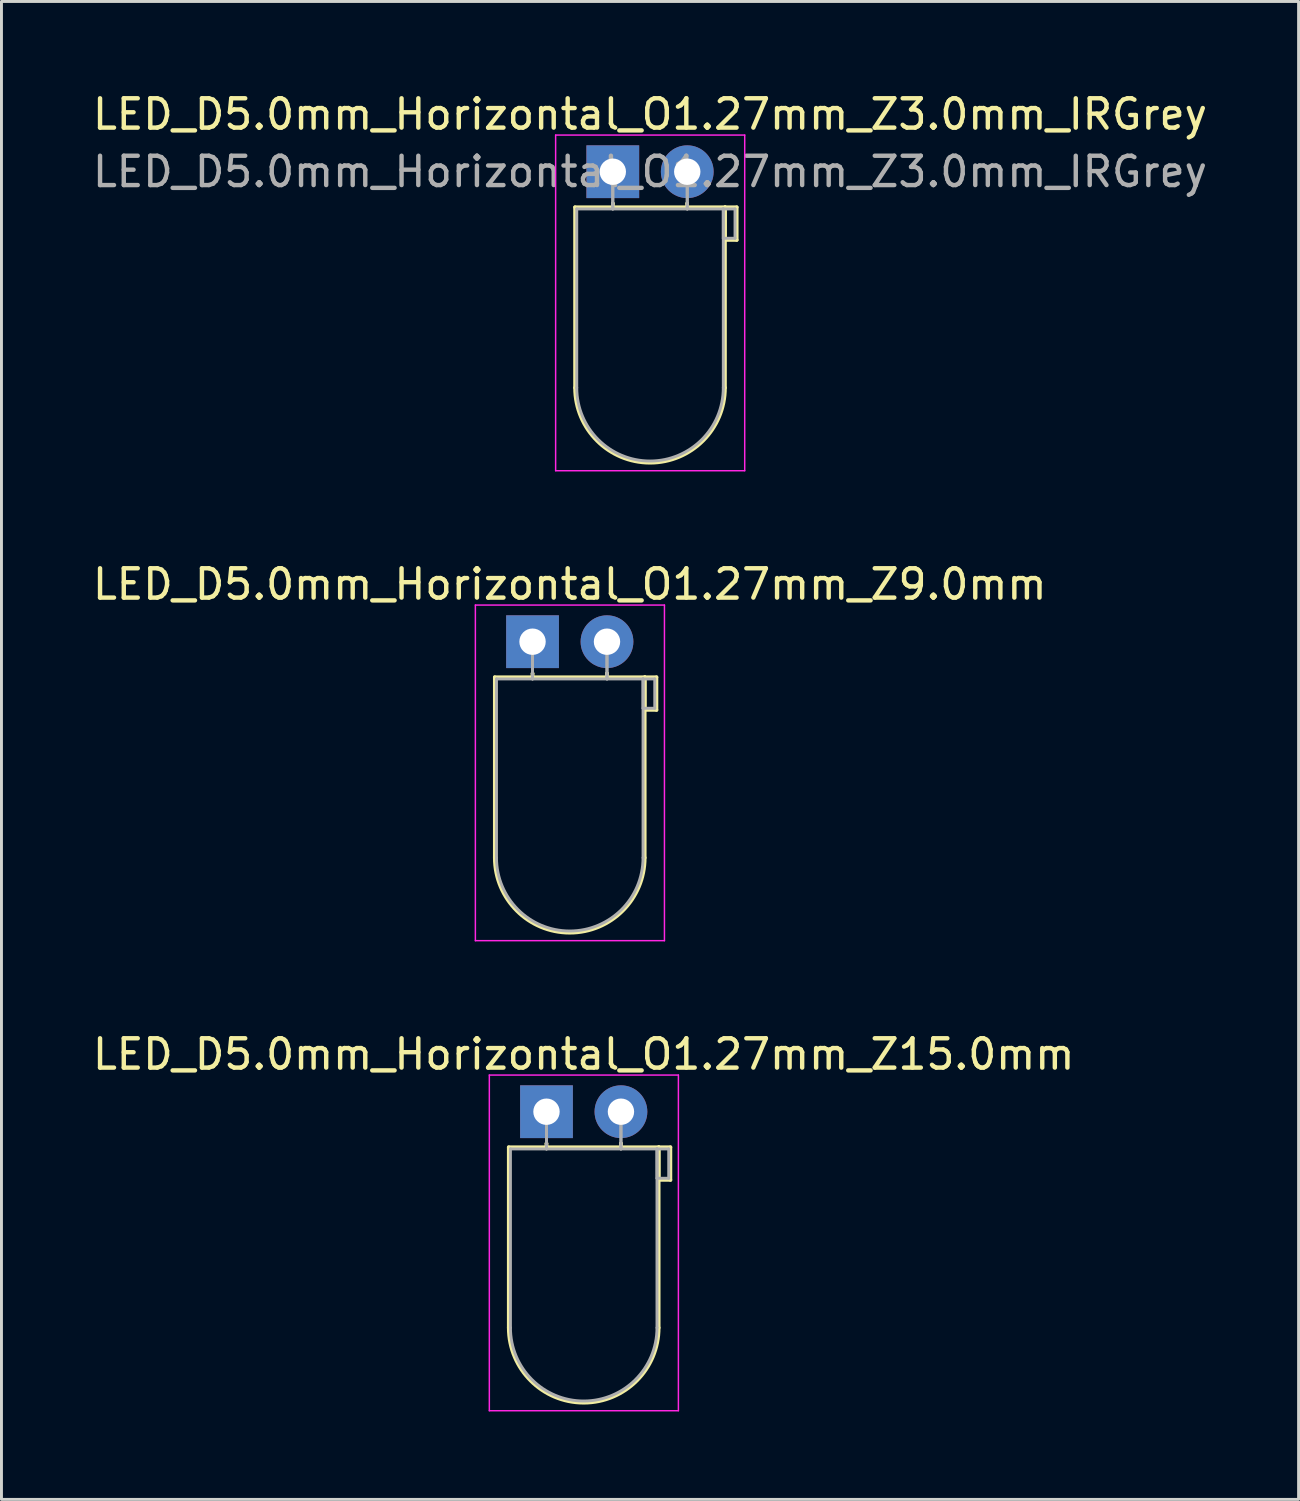
<source format=kicad_pcb>
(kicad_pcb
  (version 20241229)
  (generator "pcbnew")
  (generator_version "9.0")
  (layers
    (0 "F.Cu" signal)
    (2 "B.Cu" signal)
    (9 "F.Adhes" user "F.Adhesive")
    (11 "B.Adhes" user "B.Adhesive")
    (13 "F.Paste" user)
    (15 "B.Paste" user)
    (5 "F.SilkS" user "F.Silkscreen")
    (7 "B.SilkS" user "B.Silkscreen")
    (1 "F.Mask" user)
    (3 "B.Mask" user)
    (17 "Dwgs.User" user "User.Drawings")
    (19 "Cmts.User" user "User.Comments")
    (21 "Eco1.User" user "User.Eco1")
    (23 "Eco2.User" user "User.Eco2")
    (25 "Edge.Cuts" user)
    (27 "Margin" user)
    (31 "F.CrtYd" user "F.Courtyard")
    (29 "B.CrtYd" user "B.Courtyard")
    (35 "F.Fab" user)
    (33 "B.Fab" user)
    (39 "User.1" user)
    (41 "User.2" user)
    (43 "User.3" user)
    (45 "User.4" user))
  (footprint "LED_D5.0mm_Horizontal_O1.27mm_Z3.0mm_IRGrey"
    (layer "F.Cu")
    (at 17.855 2.808)
    (property "Reference" "LED_D5.0mm_Horizontal_O1.27mm_Z3.0mm_IRGrey" (at 1.27 -1.96 0) (layer "F.SilkS") (effects (font (size 1 1) (thickness 0.15))))
    (attr through_hole)
    (fp_line (start -1.29 1.21) (end -1.29 7.37) (stroke (width 0.12) (type solid)) (layer "F.SilkS"))
    (fp_line (start -1.29 1.21) (end 3.83 1.21) (stroke (width 0.12) (type solid)) (layer "F.SilkS"))
    (fp_line (start 0 1.08) (end 0 1.08) (stroke (width 0.12) (type solid)) (layer "F.SilkS"))
    (fp_line (start 0 1.08) (end 0 1.21) (stroke (width 0.12) (type solid)) (layer "F.SilkS"))
    (fp_line (start 0 1.21) (end 0 1.08) (stroke (width 0.12) (type solid)) (layer "F.SilkS"))
    (fp_line (start 0 1.21) (end 0 1.21) (stroke (width 0.12) (type solid)) (layer "F.SilkS"))
    (fp_line (start 2.54 1.08) (end 2.54 1.08) (stroke (width 0.12) (type solid)) (layer "F.SilkS"))
    (fp_line (start 2.54 1.08) (end 2.54 1.21) (stroke (width 0.12) (type solid)) (layer "F.SilkS"))
    (fp_line (start 2.54 1.21) (end 2.54 1.08) (stroke (width 0.12) (type solid)) (layer "F.SilkS"))
    (fp_line (start 2.54 1.21) (end 2.54 1.21) (stroke (width 0.12) (type solid)) (layer "F.SilkS"))
    (fp_line (start 3.83 1.21) (end 3.83 7.37) (stroke (width 0.12) (type solid)) (layer "F.SilkS"))
    (fp_line (start 3.83 1.21) (end 4.23 1.21) (stroke (width 0.12) (type solid)) (layer "F.SilkS"))
    (fp_line (start 3.83 2.33) (end 3.83 1.21) (stroke (width 0.12) (type solid)) (layer "F.SilkS"))
    (fp_line (start 4.23 1.21) (end 4.23 2.33) (stroke (width 0.12) (type solid)) (layer "F.SilkS"))
    (fp_line (start 4.23 2.33) (end 3.83 2.33) (stroke (width 0.12) (type solid)) (layer "F.SilkS"))
    (fp_arc (start 3.83 7.37) (mid 1.27 9.93) (end -1.29 7.37) (stroke (width 0.12) (type solid)) (layer "F.SilkS"))
    (fp_line (start -1.95 -1.25) (end -1.95 10.2) (stroke (width 0.05) (type solid)) (layer "F.CrtYd"))
    (fp_line (start -1.95 10.2) (end 4.5 10.2) (stroke (width 0.05) (type solid)) (layer "F.CrtYd"))
    (fp_line (start 4.5 -1.25) (end -1.95 -1.25) (stroke (width 0.05) (type solid)) (layer "F.CrtYd"))
    (fp_line (start 4.5 10.2) (end 4.5 -1.25) (stroke (width 0.05) (type solid)) (layer "F.CrtYd"))
    (fp_line (start -1.23 1.27) (end -1.23 7.37) (stroke (width 0.1) (type solid)) (layer "F.Fab"))
    (fp_line (start -1.23 1.27) (end 3.77 1.27) (stroke (width 0.1) (type solid)) (layer "F.Fab"))
    (fp_line (start 0 0) (end 0 0) (stroke (width 0.1) (type solid)) (layer "F.Fab"))
    (fp_line (start 0 0) (end 0 1.27) (stroke (width 0.1) (type solid)) (layer "F.Fab"))
    (fp_line (start 0 1.27) (end 0 0) (stroke (width 0.1) (type solid)) (layer "F.Fab"))
    (fp_line (start 0 1.27) (end 0 1.27) (stroke (width 0.1) (type solid)) (layer "F.Fab"))
    (fp_line (start 2.54 0) (end 2.54 0) (stroke (width 0.1) (type solid)) (layer "F.Fab"))
    (fp_line (start 2.54 0) (end 2.54 1.27) (stroke (width 0.1) (type solid)) (layer "F.Fab"))
    (fp_line (start 2.54 1.27) (end 2.54 0) (stroke (width 0.1) (type solid)) (layer "F.Fab"))
    (fp_line (start 2.54 1.27) (end 2.54 1.27) (stroke (width 0.1) (type solid)) (layer "F.Fab"))
    (fp_line (start 3.77 1.27) (end 3.77 7.37) (stroke (width 0.1) (type solid)) (layer "F.Fab"))
    (fp_line (start 3.77 1.27) (end 4.17 1.27) (stroke (width 0.1) (type solid)) (layer "F.Fab"))
    (fp_line (start 3.77 2.27) (end 3.77 1.27) (stroke (width 0.1) (type solid)) (layer "F.Fab"))
    (fp_line (start 4.17 1.27) (end 4.17 2.27) (stroke (width 0.1) (type solid)) (layer "F.Fab"))
    (fp_line (start 4.17 2.27) (end 3.77 2.27) (stroke (width 0.1) (type solid)) (layer "F.Fab"))
    (fp_arc (start 3.77 7.37) (mid 1.27 9.87) (end -1.23 7.37) (stroke (width 0.1) (type solid)) (layer "F.Fab"))
    (fp_text user "${REFERENCE}" (at 1.27 0 0) (layer "F.Fab") (effects (font (size 1 1) (thickness 0.15))))
    (pad "1" thru_hole rect (at 0 0) (size 1.8 1.8) (drill 0.9) (layers "*.Cu" "*.Mask"))
    (pad "2" thru_hole circle (at 2.54 0) (size 1.8 1.8) (drill 0.9) (layers "*.Cu" "*.Mask")))
  (footprint "LED_D5.0mm_Horizontal_O1.27mm_Z9.0mm"
    (layer "F.Cu")
    (at 15.117 18.841)
    (property "Reference" "LED_D5.0mm_Horizontal_O1.27mm_Z9.0mm" (at 1.27 -1.96 0) (layer "F.SilkS") (effects (font (size 1 1) (thickness 0.15))))
    (attr through_hole)
    (fp_line (start -1.29 1.21) (end -1.29 7.37) (stroke (width 0.12) (type solid)) (layer "F.SilkS"))
    (fp_line (start -1.29 1.21) (end 3.83 1.21) (stroke (width 0.12) (type solid)) (layer "F.SilkS"))
    (fp_line (start 0 1.08) (end 0 1.08) (stroke (width 0.12) (type solid)) (layer "F.SilkS"))
    (fp_line (start 0 1.08) (end 0 1.21) (stroke (width 0.12) (type solid)) (layer "F.SilkS"))
    (fp_line (start 0 1.21) (end 0 1.08) (stroke (width 0.12) (type solid)) (layer "F.SilkS"))
    (fp_line (start 0 1.21) (end 0 1.21) (stroke (width 0.12) (type solid)) (layer "F.SilkS"))
    (fp_line (start 2.54 1.08) (end 2.54 1.08) (stroke (width 0.12) (type solid)) (layer "F.SilkS"))
    (fp_line (start 2.54 1.08) (end 2.54 1.21) (stroke (width 0.12) (type solid)) (layer "F.SilkS"))
    (fp_line (start 2.54 1.21) (end 2.54 1.08) (stroke (width 0.12) (type solid)) (layer "F.SilkS"))
    (fp_line (start 2.54 1.21) (end 2.54 1.21) (stroke (width 0.12) (type solid)) (layer "F.SilkS"))
    (fp_line (start 3.83 1.21) (end 3.83 7.37) (stroke (width 0.12) (type solid)) (layer "F.SilkS"))
    (fp_line (start 3.83 1.21) (end 4.23 1.21) (stroke (width 0.12) (type solid)) (layer "F.SilkS"))
    (fp_line (start 3.83 2.33) (end 3.83 1.21) (stroke (width 0.12) (type solid)) (layer "F.SilkS"))
    (fp_line (start 4.23 1.21) (end 4.23 2.33) (stroke (width 0.12) (type solid)) (layer "F.SilkS"))
    (fp_line (start 4.23 2.33) (end 3.83 2.33) (stroke (width 0.12) (type solid)) (layer "F.SilkS"))
    (fp_arc (start 3.83 7.37) (mid 1.27 9.93) (end -1.29 7.37) (stroke (width 0.12) (type solid)) (layer "F.SilkS"))
    (fp_line (start -1.95 -1.25) (end -1.95 10.2) (stroke (width 0.05) (type solid)) (layer "F.CrtYd"))
    (fp_line (start -1.95 10.2) (end 4.5 10.2) (stroke (width 0.05) (type solid)) (layer "F.CrtYd"))
    (fp_line (start 4.5 -1.25) (end -1.95 -1.25) (stroke (width 0.05) (type solid)) (layer "F.CrtYd"))
    (fp_line (start 4.5 10.2) (end 4.5 -1.25) (stroke (width 0.05) (type solid)) (layer "F.CrtYd"))
    (fp_line (start -1.23 1.27) (end -1.23 7.37) (stroke (width 0.1) (type solid)) (layer "F.Fab"))
    (fp_line (start -1.23 1.27) (end 3.77 1.27) (stroke (width 0.1) (type solid)) (layer "F.Fab"))
    (fp_line (start 0 0) (end 0 0) (stroke (width 0.1) (type solid)) (layer "F.Fab"))
    (fp_line (start 0 0) (end 0 1.27) (stroke (width 0.1) (type solid)) (layer "F.Fab"))
    (fp_line (start 0 1.27) (end 0 0) (stroke (width 0.1) (type solid)) (layer "F.Fab"))
    (fp_line (start 0 1.27) (end 0 1.27) (stroke (width 0.1) (type solid)) (layer "F.Fab"))
    (fp_line (start 2.54 0) (end 2.54 0) (stroke (width 0.1) (type solid)) (layer "F.Fab"))
    (fp_line (start 2.54 0) (end 2.54 1.27) (stroke (width 0.1) (type solid)) (layer "F.Fab"))
    (fp_line (start 2.54 1.27) (end 2.54 0) (stroke (width 0.1) (type solid)) (layer "F.Fab"))
    (fp_line (start 2.54 1.27) (end 2.54 1.27) (stroke (width 0.1) (type solid)) (layer "F.Fab"))
    (fp_line (start 3.77 1.27) (end 3.77 7.37) (stroke (width 0.1) (type solid)) (layer "F.Fab"))
    (fp_line (start 3.77 1.27) (end 4.17 1.27) (stroke (width 0.1) (type solid)) (layer "F.Fab"))
    (fp_line (start 3.77 2.27) (end 3.77 1.27) (stroke (width 0.1) (type solid)) (layer "F.Fab"))
    (fp_line (start 4.17 1.27) (end 4.17 2.27) (stroke (width 0.1) (type solid)) (layer "F.Fab"))
    (fp_line (start 4.17 2.27) (end 3.77 2.27) (stroke (width 0.1) (type solid)) (layer "F.Fab"))
    (fp_arc (start 3.77 7.37) (mid 1.27 9.87) (end -1.23 7.37) (stroke (width 0.1) (type solid)) (layer "F.Fab"))
    (pad "1" thru_hole rect (at 0 0) (size 1.8 1.8) (drill 0.9) (layers "*.Cu" "*.Mask"))
    (pad "2" thru_hole circle (at 2.54 0) (size 1.8 1.8) (drill 0.9) (layers "*.Cu" "*.Mask")))
  (footprint "LED_D5.0mm_Horizontal_O1.27mm_Z15.0mm"
    (layer "F.Cu")
    (at 15.593 34.875)
    (property "Reference" "LED_D5.0mm_Horizontal_O1.27mm_Z15.0mm" (at 1.27 -1.96 0) (layer "F.SilkS") (effects (font (size 1 1) (thickness 0.15))))
    (attr through_hole)
    (fp_line (start -1.29 1.21) (end -1.29 7.37) (stroke (width 0.12) (type solid)) (layer "F.SilkS"))
    (fp_line (start -1.29 1.21) (end 3.83 1.21) (stroke (width 0.12) (type solid)) (layer "F.SilkS"))
    (fp_line (start 0 1.08) (end 0 1.08) (stroke (width 0.12) (type solid)) (layer "F.SilkS"))
    (fp_line (start 0 1.08) (end 0 1.21) (stroke (width 0.12) (type solid)) (layer "F.SilkS"))
    (fp_line (start 0 1.21) (end 0 1.08) (stroke (width 0.12) (type solid)) (layer "F.SilkS"))
    (fp_line (start 0 1.21) (end 0 1.21) (stroke (width 0.12) (type solid)) (layer "F.SilkS"))
    (fp_line (start 2.54 1.08) (end 2.54 1.08) (stroke (width 0.12) (type solid)) (layer "F.SilkS"))
    (fp_line (start 2.54 1.08) (end 2.54 1.21) (stroke (width 0.12) (type solid)) (layer "F.SilkS"))
    (fp_line (start 2.54 1.21) (end 2.54 1.08) (stroke (width 0.12) (type solid)) (layer "F.SilkS"))
    (fp_line (start 2.54 1.21) (end 2.54 1.21) (stroke (width 0.12) (type solid)) (layer "F.SilkS"))
    (fp_line (start 3.83 1.21) (end 3.83 7.37) (stroke (width 0.12) (type solid)) (layer "F.SilkS"))
    (fp_line (start 3.83 1.21) (end 4.23 1.21) (stroke (width 0.12) (type solid)) (layer "F.SilkS"))
    (fp_line (start 3.83 2.33) (end 3.83 1.21) (stroke (width 0.12) (type solid)) (layer "F.SilkS"))
    (fp_line (start 4.23 1.21) (end 4.23 2.33) (stroke (width 0.12) (type solid)) (layer "F.SilkS"))
    (fp_line (start 4.23 2.33) (end 3.83 2.33) (stroke (width 0.12) (type solid)) (layer "F.SilkS"))
    (fp_arc (start 3.83 7.37) (mid 1.27 9.93) (end -1.29 7.37) (stroke (width 0.12) (type solid)) (layer "F.SilkS"))
    (fp_line (start -1.95 -1.25) (end -1.95 10.2) (stroke (width 0.05) (type solid)) (layer "F.CrtYd"))
    (fp_line (start -1.95 10.2) (end 4.5 10.2) (stroke (width 0.05) (type solid)) (layer "F.CrtYd"))
    (fp_line (start 4.5 -1.25) (end -1.95 -1.25) (stroke (width 0.05) (type solid)) (layer "F.CrtYd"))
    (fp_line (start 4.5 10.2) (end 4.5 -1.25) (stroke (width 0.05) (type solid)) (layer "F.CrtYd"))
    (fp_line (start -1.23 1.27) (end -1.23 7.37) (stroke (width 0.1) (type solid)) (layer "F.Fab"))
    (fp_line (start -1.23 1.27) (end 3.77 1.27) (stroke (width 0.1) (type solid)) (layer "F.Fab"))
    (fp_line (start 0 0) (end 0 0) (stroke (width 0.1) (type solid)) (layer "F.Fab"))
    (fp_line (start 0 0) (end 0 1.27) (stroke (width 0.1) (type solid)) (layer "F.Fab"))
    (fp_line (start 0 1.27) (end 0 0) (stroke (width 0.1) (type solid)) (layer "F.Fab"))
    (fp_line (start 0 1.27) (end 0 1.27) (stroke (width 0.1) (type solid)) (layer "F.Fab"))
    (fp_line (start 2.54 0) (end 2.54 0) (stroke (width 0.1) (type solid)) (layer "F.Fab"))
    (fp_line (start 2.54 0) (end 2.54 1.27) (stroke (width 0.1) (type solid)) (layer "F.Fab"))
    (fp_line (start 2.54 1.27) (end 2.54 0) (stroke (width 0.1) (type solid)) (layer "F.Fab"))
    (fp_line (start 2.54 1.27) (end 2.54 1.27) (stroke (width 0.1) (type solid)) (layer "F.Fab"))
    (fp_line (start 3.77 1.27) (end 3.77 7.37) (stroke (width 0.1) (type solid)) (layer "F.Fab"))
    (fp_line (start 3.77 1.27) (end 4.17 1.27) (stroke (width 0.1) (type solid)) (layer "F.Fab"))
    (fp_line (start 3.77 2.27) (end 3.77 1.27) (stroke (width 0.1) (type solid)) (layer "F.Fab"))
    (fp_line (start 4.17 1.27) (end 4.17 2.27) (stroke (width 0.1) (type solid)) (layer "F.Fab"))
    (fp_line (start 4.17 2.27) (end 3.77 2.27) (stroke (width 0.1) (type solid)) (layer "F.Fab"))
    (fp_arc (start 3.77 7.37) (mid 1.27 9.87) (end -1.23 7.37) (stroke (width 0.1) (type solid)) (layer "F.Fab"))
    (pad "1" thru_hole rect (at 0 0) (size 1.8 1.8) (drill 0.9) (layers "*.Cu" "*.Mask"))
    (pad "2" thru_hole circle (at 2.54 0) (size 1.8 1.8) (drill 0.9) (layers "*.Cu" "*.Mask")))
  (gr_rect
    (start -3 -3)
    (end 41.25 48.1)
    (stroke (width 0.1) (type default))
    (fill no)
    (layer "Edge.Cuts")))
</source>
